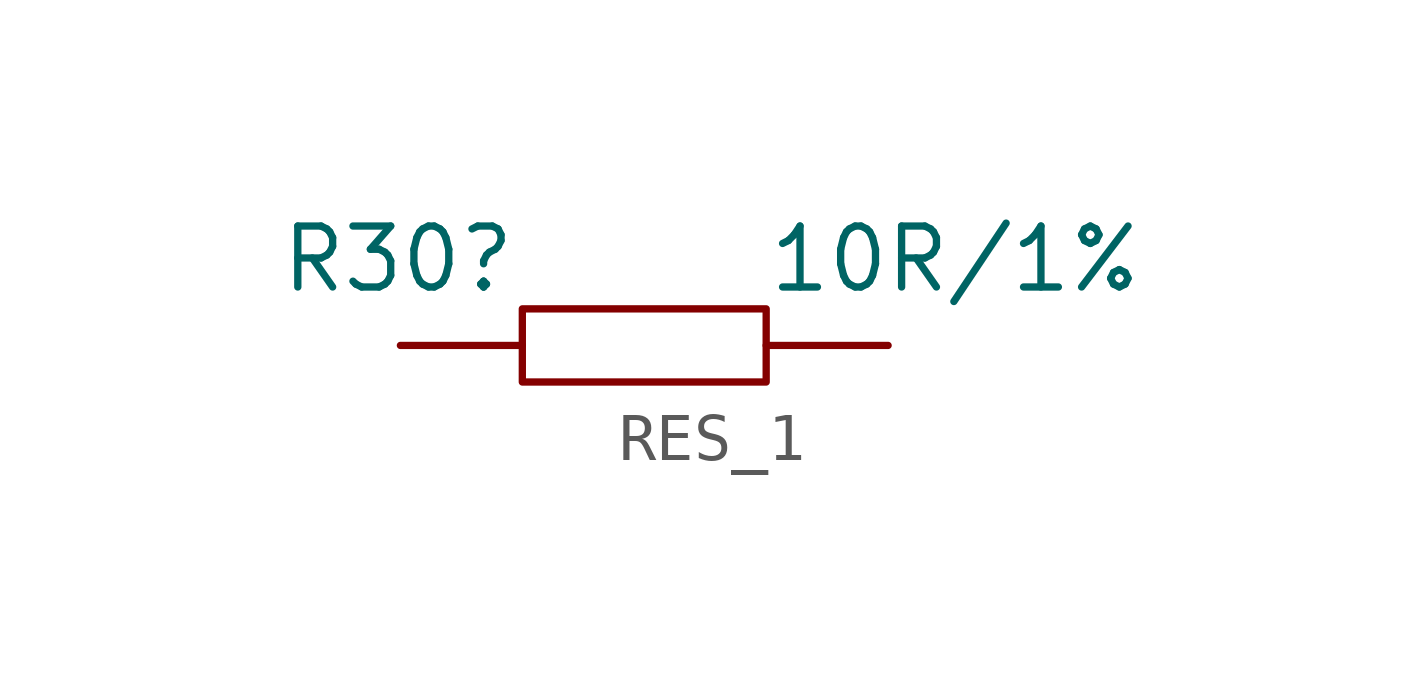
<source format=kicad_sym>
(kicad_symbol_lib
  (version 20241209)
  (generator "kicad_symbol_editor")
  (generator_version "9.0")
  (symbol "RES_1"
    (pin_numbers
      (hide yes))
    (pin_names
      (hide yes))
    (property "Reference" "R30"
      (at -5.08 0 0)
      (effects (font (size 1.27 1.27)) (justify left top)))
    (property "Value" "10R/1%"
      (at 5.08 0 0)
      (effects (font (size 1.27 1.27)) (justify left top)))
    (symbol "RES_1_1_0"
      (rectangle (start 0 -1.778) (end 5.08 -3.302) (stroke (width 0) (type default)) (fill (type none)))
      (pin passive line (at -2.54 -2.54 0) (length 2.54) (name "1" (effects (font (size 1.27 1.27)))) (number "1" (effects (font (size 1.27 1.27)))))
      (pin passive line (at 7.62 -2.54 180) (length 2.54) (name "2" (effects (font (size 1.27 1.27)))) (number "2" (effects (font (size 1.27 1.27))))))))
</source>
